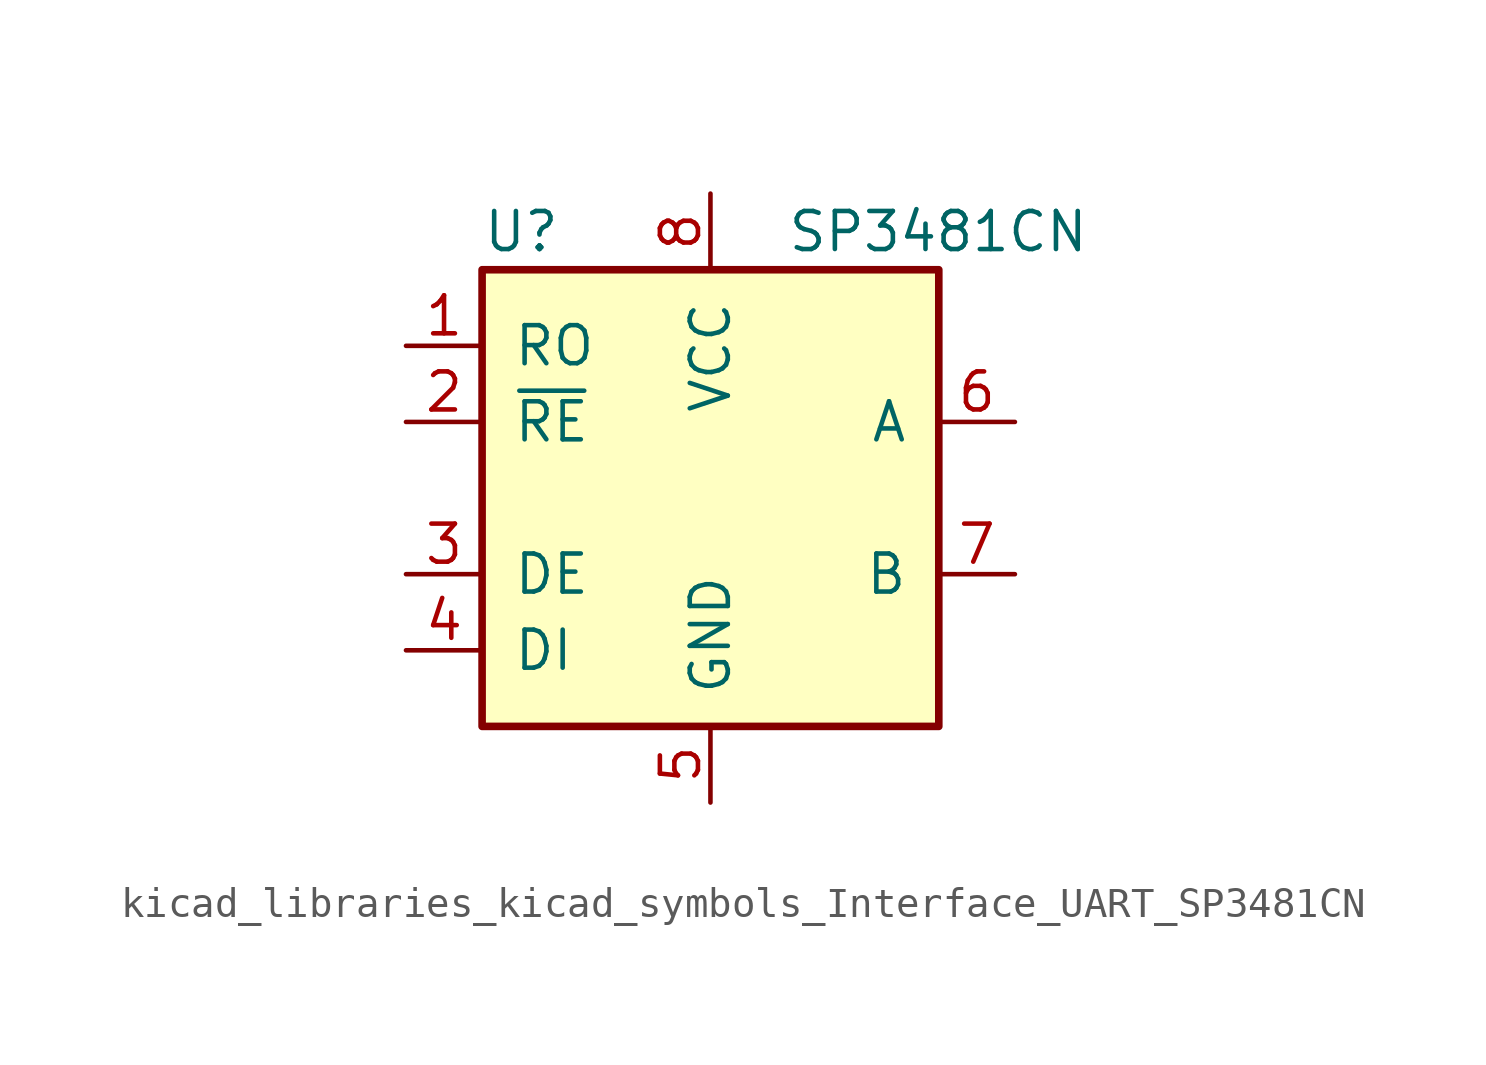
<source format=kicad_sym>
(kicad_symbol_lib
  (version 20220914)
  (generator kicad_symbol_editor)
  (symbol "kicad_libraries_kicad_symbols_Interface_UART_SP3481CN"
    (pin_names
      (offset 1.016))
    (property "Reference" "U"
      (at -7.62 8.89 0)
      (effects (font (size 1.27 1.27)) (justify left)))
    (property "Value" "SP3481CN"
      (at 2.54 8.89 0)
      (effects (font (size 1.27 1.27)) (justify left)))
    (symbol "kicad_libraries_kicad_symbols_Interface_UART_SP3481CN_0_1"
      (rectangle (start -7.62 7.62) (end 7.62 -7.62) (stroke (width 0.254) (type default)) (fill (type background))))
    (symbol "kicad_libraries_kicad_symbols_Interface_UART_SP3481CN_1_1"
      (pin output line (at -10.16 5.08 0) (length 2.54) (name "RO" (effects (font (size 1.27 1.27)))) (number "1" (effects (font (size 1.27 1.27)))))
      (pin input line (at -10.16 2.54 0) (length 2.54) (name "~{RE}" (effects (font (size 1.27 1.27)))) (number "2" (effects (font (size 1.27 1.27)))))
      (pin input line (at -10.16 -2.54 0) (length 2.54) (name "DE" (effects (font (size 1.27 1.27)))) (number "3" (effects (font (size 1.27 1.27)))))
      (pin input line (at -10.16 -5.08 0) (length 2.54) (name "DI" (effects (font (size 1.27 1.27)))) (number "4" (effects (font (size 1.27 1.27)))))
      (pin power_in line (at 0 -10.16 90) (length 2.54) (name "GND" (effects (font (size 1.27 1.27)))) (number "5" (effects (font (size 1.27 1.27)))))
      (pin bidirectional line (at 10.16 2.54 180) (length 2.54) (name "A" (effects (font (size 1.27 1.27)))) (number "6" (effects (font (size 1.27 1.27)))))
      (pin bidirectional line (at 10.16 -2.54 180) (length 2.54) (name "B" (effects (font (size 1.27 1.27)))) (number "7" (effects (font (size 1.27 1.27)))))
      (pin power_in line (at 0 10.16 270) (length 2.54) (name "VCC" (effects (font (size 1.27 1.27)))) (number "8" (effects (font (size 1.27 1.27))))))))
</source>
